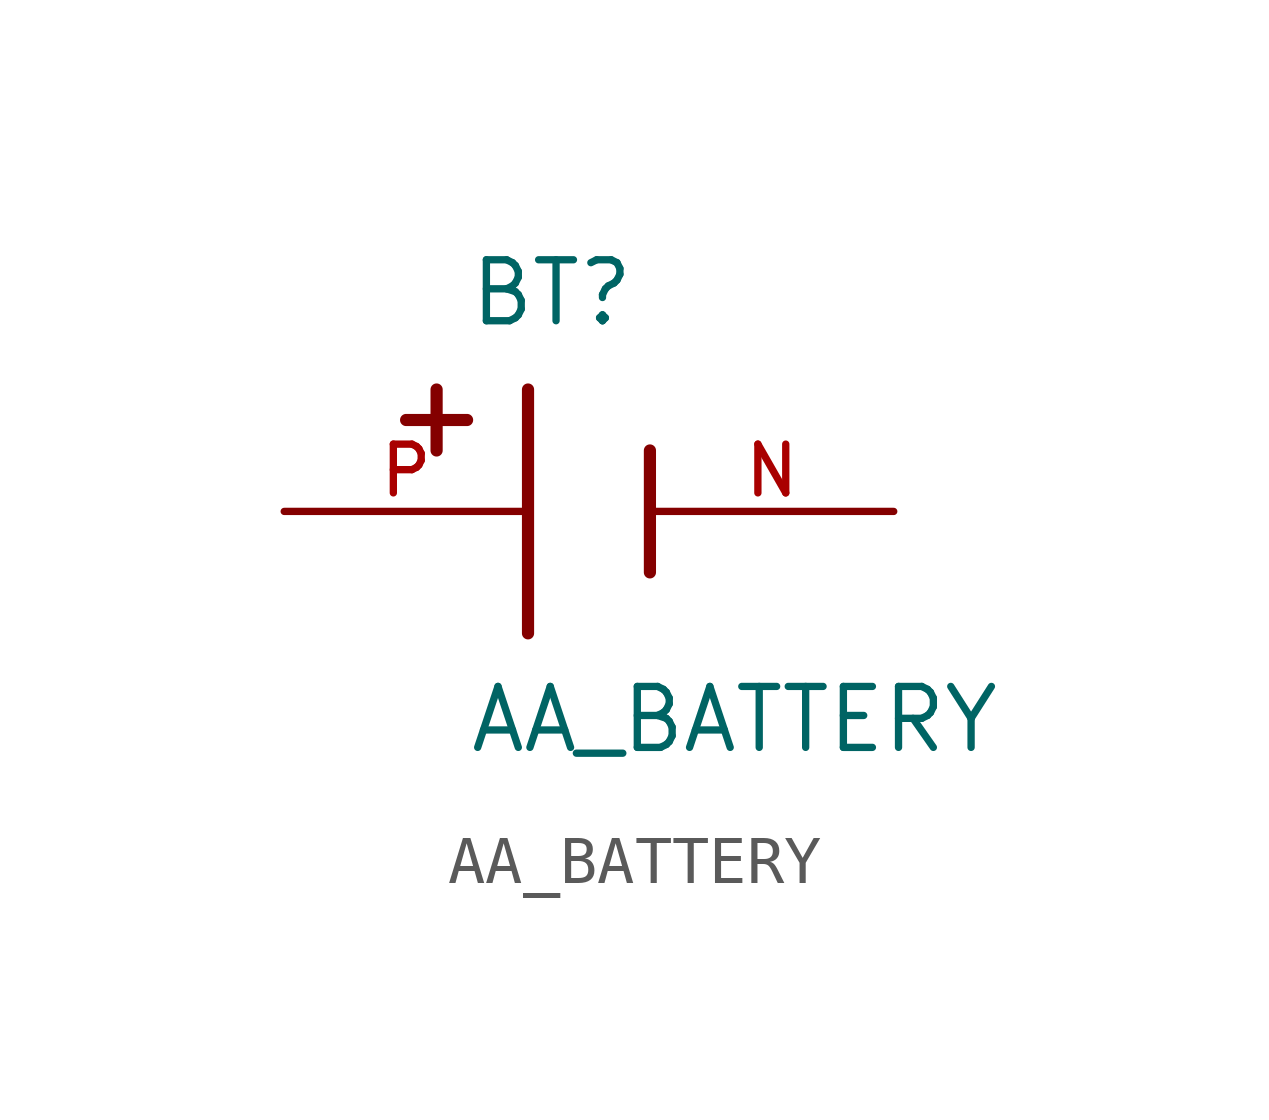
<source format=kicad_sym>
(kicad_symbol_lib
  (version 20231120)
  (generator "kicad_symbol_editor")
  (generator_version "8.0")
  (symbol "AA_BATTERY"
    (pin_names
      (offset 1.016))
    (property "Reference" "BT"
      (at -3.81 3.81 0)
      (effects (font (size 1.27 1.27)) (justify left bottom)))
    (property "Value" "AA_BATTERY"
      (at -3.81 -5.08 0)
      (effects (font (size 1.27 1.27)) (justify left bottom)))
    (symbol "AA_BATTERY_0_0"
      (polyline (pts (xy -5.08 1.905) (xy -3.81 1.905)) (stroke (width 0.254) (type default)) (fill (type none)))
      (polyline (pts (xy -4.445 2.54) (xy -4.445 1.27)) (stroke (width 0.254) (type default)) (fill (type none)))
      (polyline (pts (xy -2.54 2.54) (xy -2.54 -2.54)) (stroke (width 0.254) (type default)) (fill (type none)))
      (polyline (pts (xy 0 1.27) (xy 0 -1.27)) (stroke (width 0.254) (type default)) (fill (type none)))
      (pin passive line (at 5.08 0 180) (length 5.08) (name "~" (effects (font (size 1.016 1.016)))) (number "N" (effects (font (size 1.016 1.016)))))
      (pin passive line (at -7.62 0 0) (length 5.08) (name "~" (effects (font (size 1.016 1.016)))) (number "P" (effects (font (size 1.016 1.016))))))))
</source>
